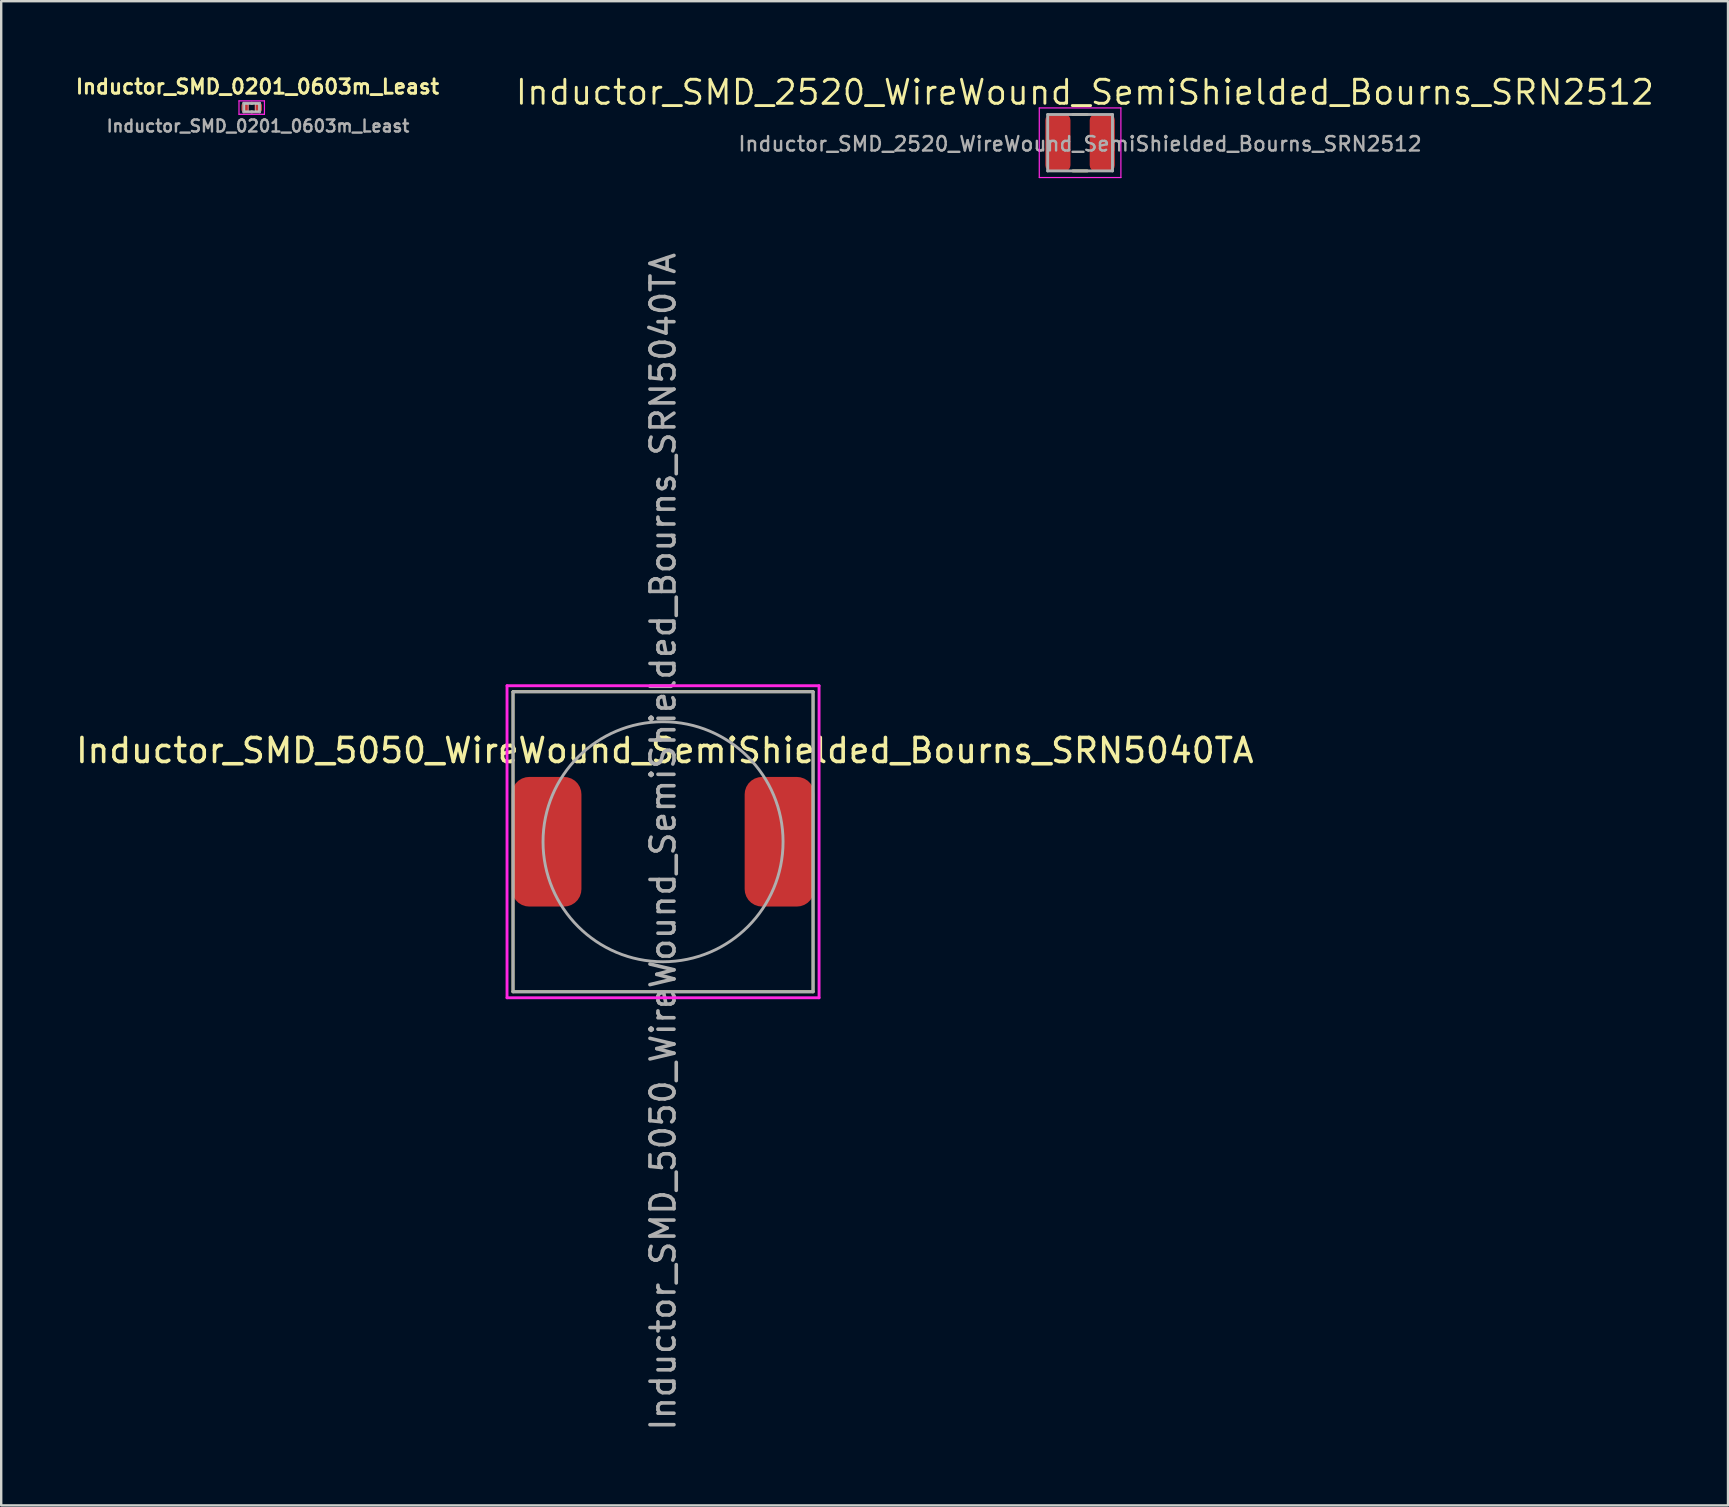
<source format=kicad_pcb>
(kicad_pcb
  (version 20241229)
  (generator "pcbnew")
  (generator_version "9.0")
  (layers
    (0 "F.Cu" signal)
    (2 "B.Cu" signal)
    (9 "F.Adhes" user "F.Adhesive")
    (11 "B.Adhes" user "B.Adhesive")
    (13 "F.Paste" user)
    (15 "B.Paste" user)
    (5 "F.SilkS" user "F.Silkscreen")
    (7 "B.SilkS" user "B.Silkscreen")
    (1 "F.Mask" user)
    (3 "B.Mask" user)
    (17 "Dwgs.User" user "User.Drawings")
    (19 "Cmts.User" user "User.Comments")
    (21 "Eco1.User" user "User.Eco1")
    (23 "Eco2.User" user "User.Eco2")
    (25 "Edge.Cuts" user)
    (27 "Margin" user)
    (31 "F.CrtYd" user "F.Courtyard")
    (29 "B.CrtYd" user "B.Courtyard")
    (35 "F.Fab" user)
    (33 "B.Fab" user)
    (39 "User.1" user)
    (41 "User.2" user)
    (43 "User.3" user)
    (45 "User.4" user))
  (footprint "Inductor_SMD_2520_WireWound_SemiShielded_Bourns_SRN2512"
    (layer "F.Cu")
    (at 41.949 2.896)
    (property "Reference" "Inductor_SMD_2520_WireWound_SemiShielded_Bourns_SRN2512" (at 0.2 -2.1 0) (unlocked yes) (layer "F.SilkS") (effects (font (size 1 1) (thickness 0.12))))
    (attr smd)
    (fp_line (start 0.3 -1.175) (end -0.3 -1.175) (stroke (width 0.12) (type solid)) (layer "F.SilkS"))
    (fp_line (start 0.3 1.175) (end -0.3 1.175) (stroke (width 0.12) (type solid)) (layer "F.SilkS"))
    (fp_line (start -1.7 -1.45) (end -1.7 1.45) (stroke (width 0.05) (type solid)) (layer "F.CrtYd"))
    (fp_line (start -1.7 1.45) (end 1.7 1.45) (stroke (width 0.05) (type solid)) (layer "F.CrtYd"))
    (fp_line (start 1.7 -1.45) (end -1.7 -1.45) (stroke (width 0.05) (type solid)) (layer "F.CrtYd"))
    (fp_line (start 1.7 1.45) (end 1.7 -1.45) (stroke (width 0.05) (type solid)) (layer "F.CrtYd"))
    (fp_line (start -1.35 -1.175) (end -1.35 1.175) (stroke (width 0.12) (type solid)) (layer "F.Fab"))
    (fp_line (start -1.35 1.175) (end 1.35 1.175) (stroke (width 0.12) (type solid)) (layer "F.Fab"))
    (fp_line (start 1.35 -1.175) (end -1.35 -1.175) (stroke (width 0.12) (type solid)) (layer "F.Fab"))
    (fp_line (start 1.35 1.175) (end 1.35 -1.175) (stroke (width 0.12) (type solid)) (layer "F.Fab"))
    (fp_text user "${REFERENCE}" (at 0 0.05 0) (layer "F.Fab") (effects (font (size 0.6 0.6) (thickness 0.1))))
    (pad "1" smd roundrect (at -0.925 0) (size 1.05 2.4) (layers "F.Cu" "F.Mask" "F.Paste") (roundrect_rratio 0.25))
    (pad "2" smd roundrect (at 0.925 0) (size 1.05 2.4) (layers "F.Cu" "F.Mask" "F.Paste") (roundrect_rratio 0.25)))
  (footprint "Inductor_SMD_0201_0603m_Least"
    (layer "F.Cu")
    (at 7.437 1.432)
    (property "Reference" "Inductor_SMD_0201_0603m_Least" (at 0.24 -0.87 0) (layer "F.SilkS") (effects (font (size 0.6 0.6) (thickness 0.12))))
    (attr smd)
    (fp_line (start -0.01 -0.18) (end 0.01 -0.18) (stroke (width 0.12) (type solid)) (layer "F.SilkS"))
    (fp_line (start -0.01 0.18) (end 0.01 0.18) (stroke (width 0.12) (type solid)) (layer "F.SilkS"))
    (fp_line (start -0.3 -0.15) (end -0.15 -0.15) (stroke (width 0.025) (type solid)) (layer "Dwgs.User"))
    (fp_line (start -0.3 -0.15) (end 0.3 -0.15) (stroke (width 0.025) (type solid)) (layer "Dwgs.User"))
    (fp_line (start -0.3 0.15) (end -0.3 -0.15) (stroke (width 0.025) (type solid)) (layer "Dwgs.User"))
    (fp_line (start -0.3 0.15) (end -0.3 -0.15) (stroke (width 0.025) (type solid)) (layer "Dwgs.User"))
    (fp_line (start -0.15 -0.15) (end -0.15 0.15) (stroke (width 0.025) (type solid)) (layer "Dwgs.User"))
    (fp_line (start -0.15 0.15) (end -0.3 0.15) (stroke (width 0.025) (type solid)) (layer "Dwgs.User"))
    (fp_line (start 0.15 -0.15) (end 0.3 -0.15) (stroke (width 0.025) (type solid)) (layer "Dwgs.User"))
    (fp_line (start 0.15 0.15) (end 0.15 -0.15) (stroke (width 0.025) (type solid)) (layer "Dwgs.User"))
    (fp_line (start 0.3 -0.15) (end 0.3 0.15) (stroke (width 0.025) (type solid)) (layer "Dwgs.User"))
    (fp_line (start 0.3 -0.15) (end 0.3 0.15) (stroke (width 0.025) (type solid)) (layer "Dwgs.User"))
    (fp_line (start 0.3 0.15) (end -0.3 0.15) (stroke (width 0.025) (type solid)) (layer "Dwgs.User"))
    (fp_line (start 0.3 0.15) (end 0.15 0.15) (stroke (width 0.025) (type solid)) (layer "Dwgs.User"))
    (fp_line (start -0.53 -0.28) (end 0.53 -0.28) (stroke (width 0.05) (type solid)) (layer "F.CrtYd"))
    (fp_line (start -0.53 0.28) (end -0.53 -0.28) (stroke (width 0.05) (type solid)) (layer "F.CrtYd"))
    (fp_line (start 0.53 -0.28) (end 0.53 0.28) (stroke (width 0.05) (type solid)) (layer "F.CrtYd"))
    (fp_line (start 0.53 0.28) (end -0.53 0.28) (stroke (width 0.05) (type solid)) (layer "F.CrtYd"))
    (fp_line (start -0.33 -0.18) (end 0.33 -0.18) (stroke (width 0.12) (type solid)) (layer "F.Fab"))
    (fp_line (start -0.33 0.18) (end -0.33 -0.18) (stroke (width 0.12) (type solid)) (layer "F.Fab"))
    (fp_line (start 0.33 -0.18) (end 0.33 0.18) (stroke (width 0.12) (type solid)) (layer "F.Fab"))
    (fp_line (start 0.33 0.18) (end -0.33 0.18) (stroke (width 0.12) (type solid)) (layer "F.Fab"))
    (fp_text user "${REFERENCE}" (at 0.26 0.77 0) (layer "F.Fab") (effects (font (size 0.5 0.5) (thickness 0.1))))
    (pad "1" smd roundrect (at -0.275 0) (size 0.31 0.34) (layers "F.Cu" "F.Mask" "F.Paste") (roundrect_rratio 0.258))
    (pad "2" smd roundrect (at 0.275 0) (size 0.31 0.34) (layers "F.Cu" "F.Mask" "F.Paste") (roundrect_rratio 0.258)))
  (footprint "Inductor_SMD_5050_WireWound_SemiShielded_Bourns_SRN5040TA"
    (layer "F.Cu")
    (at 24.574 32.019)
    (property "Reference" "Inductor_SMD_5050_WireWound_SemiShielded_Bourns_SRN5040TA" (at 0.075 -3.8 0) (unlocked yes) (layer "F.SilkS") (effects (font (size 1 1) (thickness 0.15))))
    (attr smd)
    (fp_line (start -6.25 -6.25) (end -6.25 6.25) (stroke (width 0.12) (type solid)) (layer "F.SilkS"))
    (fp_line (start -6.25 6.25) (end 6.25 6.25) (stroke (width 0.12) (type solid)) (layer "F.SilkS"))
    (fp_line (start 6.25 -6.25) (end -6.25 -6.25) (stroke (width 0.12) (type solid)) (layer "F.SilkS"))
    (fp_line (start 6.25 6.25) (end 6.25 -6.25) (stroke (width 0.12) (type solid)) (layer "F.SilkS"))
    (fp_line (start -6.5 -6.5) (end -6.5 6.5) (stroke (width 0.12) (type solid)) (layer "F.CrtYd"))
    (fp_line (start -6.5 6.5) (end 6.5 6.5) (stroke (width 0.12) (type solid)) (layer "F.CrtYd"))
    (fp_line (start 6.5 -6.5) (end -6.5 -6.5) (stroke (width 0.12) (type solid)) (layer "F.CrtYd"))
    (fp_line (start 6.5 6.5) (end 6.5 -6.5) (stroke (width 0.12) (type solid)) (layer "F.CrtYd"))
    (fp_line (start -6.25 -6.25) (end 6.25 -6.25) (stroke (width 0.12) (type solid)) (layer "F.Fab"))
    (fp_line (start -6.25 6.25) (end -6.25 -6.25) (stroke (width 0.12) (type solid)) (layer "F.Fab"))
    (fp_line (start 6.25 -6.25) (end 6.25 6.25) (stroke (width 0.12) (type solid)) (layer "F.Fab"))
    (fp_line (start 6.25 6.25) (end -6.25 6.25) (stroke (width 0.12) (type solid)) (layer "F.Fab"))
    (fp_circle (center 0 0) (end 5 0) (stroke (width 0.12) (type solid)) (fill no) (layer "F.Fab"))
    (fp_text user "${REFERENCE}" (at 0 0 90) (layer "F.Fab") (effects (font (size 1 1) (thickness 0.15))))
    (pad "1" smd roundrect (at -4.85 0 270) (size 5.4 2.9) (layers "F.Cu" "F.Mask" "F.Paste") (roundrect_rratio 0.25))
    (pad "2" smd roundrect (at 4.85 0 270) (size 5.4 2.9) (layers "F.Cu" "F.Mask" "F.Paste") (roundrect_rratio 0.25)))
  (gr_rect
    (start -3 -3)
    (end 68.943 59.668)
    (stroke (width 0.1) (type default))
    (fill no)
    (layer "Edge.Cuts")))
</source>
